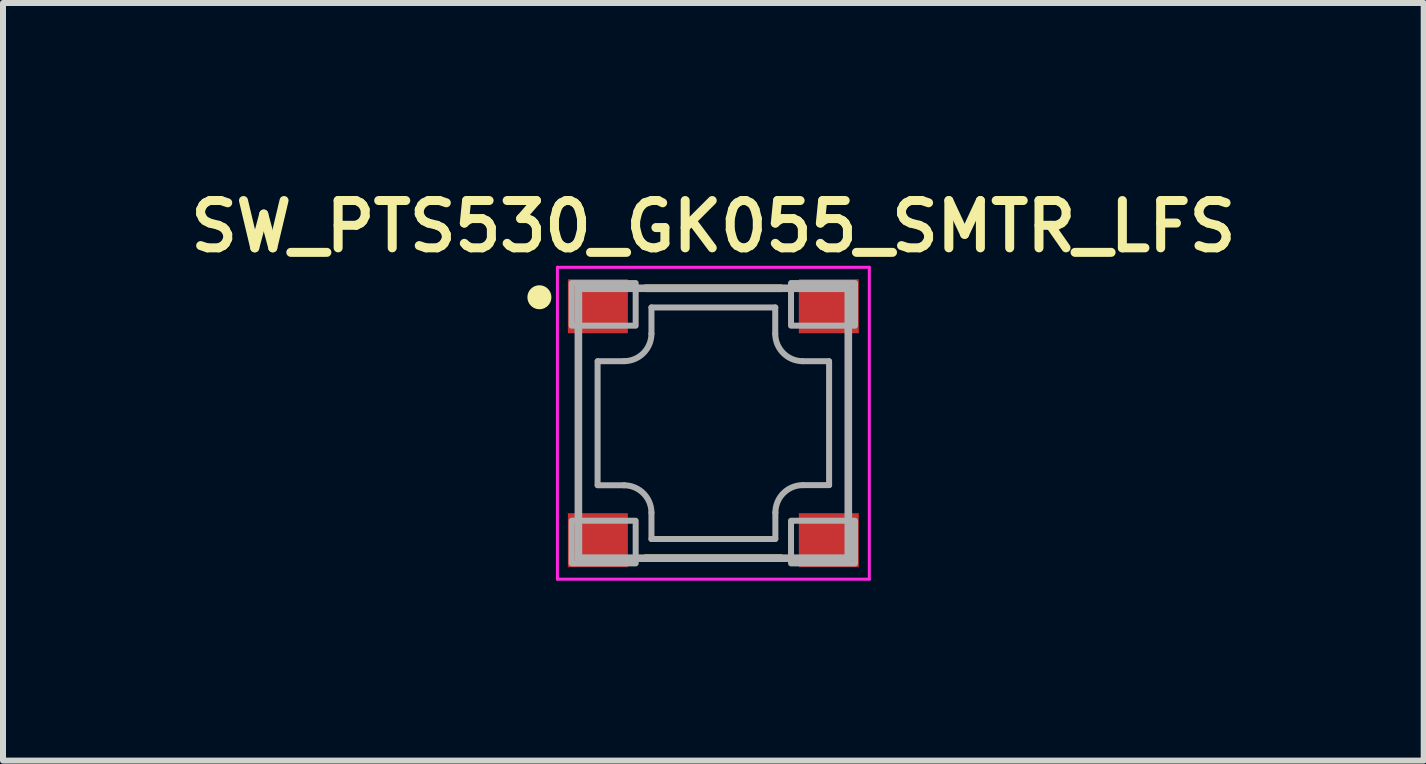
<source format=kicad_pcb>
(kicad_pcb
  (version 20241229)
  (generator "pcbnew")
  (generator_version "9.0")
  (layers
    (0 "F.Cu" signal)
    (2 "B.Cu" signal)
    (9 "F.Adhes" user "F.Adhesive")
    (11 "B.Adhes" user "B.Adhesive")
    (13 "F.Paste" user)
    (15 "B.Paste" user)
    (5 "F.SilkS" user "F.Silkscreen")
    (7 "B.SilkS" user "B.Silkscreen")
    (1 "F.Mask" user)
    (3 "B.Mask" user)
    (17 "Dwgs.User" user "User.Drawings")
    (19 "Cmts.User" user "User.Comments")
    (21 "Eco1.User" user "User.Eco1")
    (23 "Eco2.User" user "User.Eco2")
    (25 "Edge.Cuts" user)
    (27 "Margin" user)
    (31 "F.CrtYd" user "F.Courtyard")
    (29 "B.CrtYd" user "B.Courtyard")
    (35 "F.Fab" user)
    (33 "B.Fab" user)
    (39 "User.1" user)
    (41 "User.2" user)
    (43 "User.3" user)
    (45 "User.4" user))
  (footprint "SW_PTS530_GK055_SMTR_LFS"
    (layer "F.Cu")
    (at 8.843 4.006)
    (property "Reference" "SW_PTS530_GK055_SMTR_LFS" (at 0.000005 -3.281 0) (layer "F.SilkS") (effects (font (size 0.789 0.789) (thickness 0.15))))
    (attr smd)
    (fp_line (start -1.125 -2.25) (end 1.125 -2.25) (stroke (width 0.127) (type solid)) (layer "F.SilkS"))
    (fp_line (start -1.125 2.25) (end 1.125 2.25) (stroke (width 0.127) (type solid)) (layer "F.SilkS"))
    (fp_circle (center -2.9 -2.1) (end -2.8 -2.1) (stroke (width 0.2) (type solid)) (fill no) (layer "F.SilkS"))
    (fp_line (start -2.6 -2.6) (end -2.6 2.6) (stroke (width 0.05) (type solid)) (layer "F.CrtYd"))
    (fp_line (start -2.6 2.6) (end 2.6 2.6) (stroke (width 0.05) (type solid)) (layer "F.CrtYd"))
    (fp_line (start 2.6 -2.6) (end -2.6 -2.6) (stroke (width 0.05) (type solid)) (layer "F.CrtYd"))
    (fp_line (start 2.6 2.6) (end 2.6 -2.6) (stroke (width 0.05) (type solid)) (layer "F.CrtYd"))
    (fp_line (start -2.25 -2.25) (end -2.25 2.25) (stroke (width 0.127) (type solid)) (layer "F.Fab"))
    (fp_line (start -2.25 2.25) (end 2.25 2.25) (stroke (width 0.127) (type solid)) (layer "F.Fab"))
    (fp_line (start -1.93 1.032) (end -1.93 -1.032) (stroke (width 0.1) (type default)) (layer "F.Fab"))
    (fp_line (start -1.928 1.034) (end -1.489 1.034) (stroke (width 0.1) (type default)) (layer "F.Fab"))
    (fp_line (start -1.928 -1.034) (end -1.489 -1.034) (stroke (width 0.1) (type default)) (layer "F.Fab"))
    (fp_line (start -1.032 1.93) (end -1.032 1.492) (stroke (width 0.1) (type default)) (layer "F.Fab"))
    (fp_line (start -1.032 1.93) (end 1.032 1.93) (stroke (width 0.1) (type default)) (layer "F.Fab"))
    (fp_line (start -1.032 -1.93) (end -1.032 -1.492) (stroke (width 0.1) (type default)) (layer "F.Fab"))
    (fp_line (start -1.032 -1.93) (end 1.032 -1.93) (stroke (width 0.1) (type default)) (layer "F.Fab"))
    (fp_line (start 1.032 -1.93) (end 1.032 -1.492) (stroke (width 0.1) (type default)) (layer "F.Fab"))
    (fp_line (start 1.034 1.928) (end 1.034 1.489) (stroke (width 0.1) (type default)) (layer "F.Fab"))
    (fp_line (start 1.928 -1.034) (end 1.489 -1.034) (stroke (width 0.1) (type default)) (layer "F.Fab"))
    (fp_line (start 1.93 1.032) (end 1.492 1.032) (stroke (width 0.1) (type default)) (layer "F.Fab"))
    (fp_line (start 1.93 1.032) (end 1.93 -1.032) (stroke (width 0.1) (type default)) (layer "F.Fab"))
    (fp_line (start 2.25 -2.25) (end -2.25 -2.25) (stroke (width 0.127) (type solid)) (layer "F.Fab"))
    (fp_line (start 2.25 2.25) (end 2.25 -2.25) (stroke (width 0.127) (type solid)) (layer "F.Fab"))
    (fp_rect (start -2.362 -2.337) (end -1.295 -1.626) (stroke (width 0.1) (type solid)) (fill no) (layer "F.Fab"))
    (fp_rect (start -1.295 2.337) (end -2.362 1.626) (stroke (width 0.1) (type solid)) (fill no) (layer "F.Fab"))
    (fp_rect (start 1.295 -2.337) (end 2.362 -1.626) (stroke (width 0.1) (type solid)) (fill no) (layer "F.Fab"))
    (fp_rect (start 1.295 1.626) (end 2.362 2.337) (stroke (width 0.1) (type solid)) (fill no) (layer "F.Fab"))
    (fp_arc (start -1.489356 1.034489) (mid -1.166067 1.1684) (end -1.032156 1.491689) (stroke (width 0.1) (type default)) (layer "F.Fab"))
    (fp_arc (start -1.032155 -1.491689) (mid -1.166066 -1.1684) (end -1.489355 -1.034489) (stroke (width 0.1) (type default)) (layer "F.Fab"))
    (fp_arc (start 1.034489 1.489356) (mid 1.1684 1.166067) (end 1.491689 1.032156) (stroke (width 0.1) (type default)) (layer "F.Fab"))
    (fp_arc (start 1.489356 -1.034489) (mid 1.166067 -1.1684) (end 1.032156 -1.491689) (stroke (width 0.1) (type default)) (layer "F.Fab"))
    (pad "1" smd rect (at -1.925 -1.95) (size 1 0.9) (layers "F.Cu" "F.Mask" "F.Paste"))
    (pad "2" smd rect (at 1.925 -1.95) (size 1 0.9) (layers "F.Cu" "F.Mask" "F.Paste"))
    (pad "3" smd rect (at -1.925 1.95) (size 1 0.9) (layers "F.Cu" "F.Mask" "F.Paste"))
    (pad "4" smd rect (at 1.925 1.95) (size 1 0.9) (layers "F.Cu" "F.Mask" "F.Paste")))
  (gr_rect
    (start -3 -3)
    (end 20.686 9.631)
    (stroke (width 0.1) (type default))
    (fill no)
    (layer "Edge.Cuts")))
</source>
